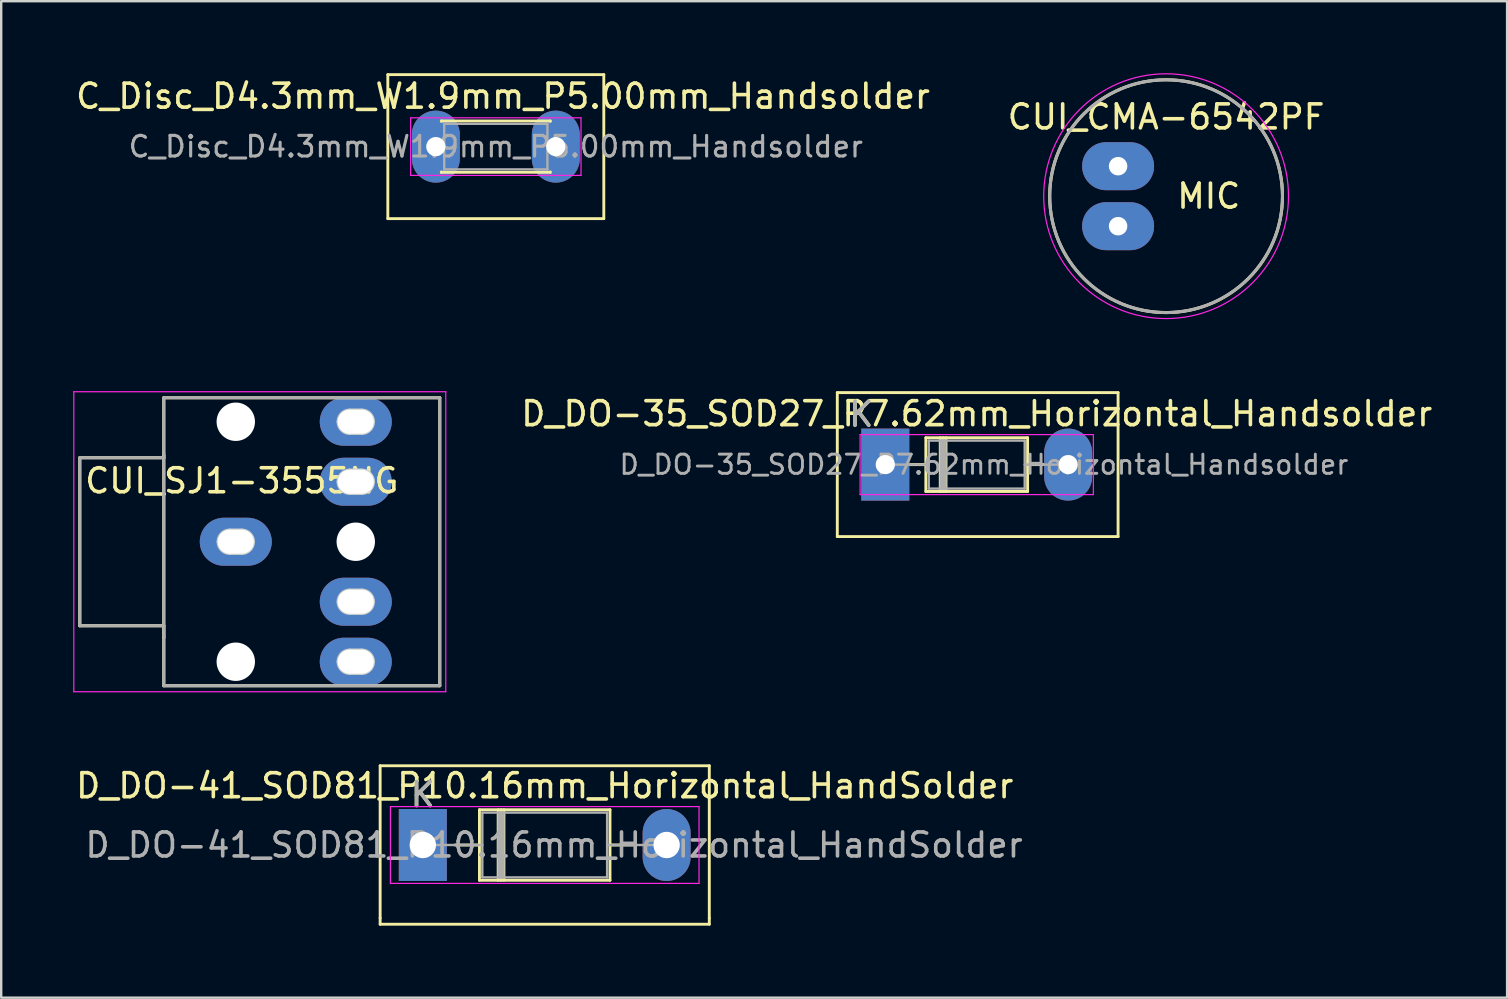
<source format=kicad_pcb>
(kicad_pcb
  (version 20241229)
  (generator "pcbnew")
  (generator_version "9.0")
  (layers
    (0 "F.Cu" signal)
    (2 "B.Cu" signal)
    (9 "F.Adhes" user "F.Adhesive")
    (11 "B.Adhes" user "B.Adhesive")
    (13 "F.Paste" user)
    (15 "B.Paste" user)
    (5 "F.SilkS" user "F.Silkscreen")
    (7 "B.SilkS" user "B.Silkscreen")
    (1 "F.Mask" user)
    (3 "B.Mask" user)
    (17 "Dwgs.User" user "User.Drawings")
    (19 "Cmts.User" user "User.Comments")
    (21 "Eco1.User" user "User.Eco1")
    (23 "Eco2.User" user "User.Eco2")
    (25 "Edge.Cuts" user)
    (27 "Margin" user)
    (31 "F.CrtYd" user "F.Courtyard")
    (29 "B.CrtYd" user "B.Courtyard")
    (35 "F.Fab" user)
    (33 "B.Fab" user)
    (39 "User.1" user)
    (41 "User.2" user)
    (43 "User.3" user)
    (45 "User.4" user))
  (footprint "CUI_SJ1-3555NG"
    (layer "F.Cu")
    (at 6.775 19.525)
    (property "Reference" "CUI_SJ1-3555NG" (at 0.254 -2.54 0) (layer "F.SilkS") (effects (font (size 1 1) (thickness 0.15))))
    (attr through_hole)
    (fp_line (start -6.5 -3.5) (end -3 -3.5) (stroke (width 0.127) (type solid)) (layer "F.SilkS"))
    (fp_line (start -6.5 3.5) (end -6.5 -3.5) (stroke (width 0.127) (type solid)) (layer "F.SilkS"))
    (fp_line (start -3 -6) (end 8.5 -6) (stroke (width 0.127) (type solid)) (layer "F.SilkS"))
    (fp_line (start -3 -3.6) (end -3 -6) (stroke (width 0.127) (type solid)) (layer "F.SilkS"))
    (fp_line (start -3 -3.6) (end -3 4) (stroke (width 0.127) (type solid)) (layer "F.SilkS"))
    (fp_line (start -3 -3.5) (end -3 -3.6) (stroke (width 0.127) (type solid)) (layer "F.SilkS"))
    (fp_line (start -3 3.5) (end -6.5 3.5) (stroke (width 0.127) (type solid)) (layer "F.SilkS"))
    (fp_line (start -3 4) (end -3 3.5) (stroke (width 0.127) (type solid)) (layer "F.SilkS"))
    (fp_line (start -3 6) (end -3 4) (stroke (width 0.127) (type solid)) (layer "F.SilkS"))
    (fp_line (start 8.5 -6) (end 8.5 6) (stroke (width 0.127) (type solid)) (layer "F.SilkS"))
    (fp_line (start 8.5 6) (end -3 6) (stroke (width 0.127) (type solid)) (layer "F.SilkS"))
    (fp_line (start -0.25 0.5) (end 0.25 0.5) (stroke (width 0.1) (type solid)) (layer "Edge.Cuts"))
    (fp_line (start 0.25 -0.5) (end -0.25 -0.5) (stroke (width 0.1) (type solid)) (layer "Edge.Cuts"))
    (fp_line (start 4.75 -4.5) (end 5.25 -4.5) (stroke (width 0.1) (type solid)) (layer "Edge.Cuts"))
    (fp_line (start 4.75 -2) (end 5.25 -2) (stroke (width 0.1) (type solid)) (layer "Edge.Cuts"))
    (fp_line (start 4.75 3) (end 5.25 3) (stroke (width 0.1) (type solid)) (layer "Edge.Cuts"))
    (fp_line (start 4.75 5.5) (end 5.25 5.5) (stroke (width 0.1) (type solid)) (layer "Edge.Cuts"))
    (fp_line (start 5.25 -5.5) (end 4.75 -5.5) (stroke (width 0.1) (type solid)) (layer "Edge.Cuts"))
    (fp_line (start 5.25 -3) (end 4.75 -3) (stroke (width 0.1) (type solid)) (layer "Edge.Cuts"))
    (fp_line (start 5.25 2) (end 4.75 2) (stroke (width 0.1) (type solid)) (layer "Edge.Cuts"))
    (fp_line (start 5.25 4.5) (end 4.75 4.5) (stroke (width 0.1) (type solid)) (layer "Edge.Cuts"))
    (fp_arc (start -0.75 0) (mid -0.603553 -0.353553) (end -0.25 -0.5) (stroke (width 0.1) (type solid)) (layer "Edge.Cuts"))
    (fp_arc (start -0.25 0.5) (mid -0.603553 0.353553) (end -0.75 0) (stroke (width 0.1) (type solid)) (layer "Edge.Cuts"))
    (fp_arc (start 0.25 -0.5) (mid 0.603553 -0.353553) (end 0.75 0) (stroke (width 0.1) (type solid)) (layer "Edge.Cuts"))
    (fp_arc (start 0.75 0) (mid 0.603553 0.353553) (end 0.25 0.5) (stroke (width 0.1) (type solid)) (layer "Edge.Cuts"))
    (fp_arc (start 4.25 -5) (mid 4.396447 -5.353553) (end 4.75 -5.5) (stroke (width 0.1) (type solid)) (layer "Edge.Cuts"))
    (fp_arc (start 4.25 -2.5) (mid 4.396447 -2.853553) (end 4.75 -3) (stroke (width 0.1) (type solid)) (layer "Edge.Cuts"))
    (fp_arc (start 4.25 2.5) (mid 4.396447 2.146447) (end 4.75 2) (stroke (width 0.1) (type solid)) (layer "Edge.Cuts"))
    (fp_arc (start 4.25 5) (mid 4.396447 4.646447) (end 4.75 4.5) (stroke (width 0.1) (type solid)) (layer "Edge.Cuts"))
    (fp_arc (start 4.75 -4.5) (mid 4.396447 -4.646447) (end 4.25 -5) (stroke (width 0.1) (type solid)) (layer "Edge.Cuts"))
    (fp_arc (start 4.75 -2) (mid 4.396447 -2.146447) (end 4.25 -2.5) (stroke (width 0.1) (type solid)) (layer "Edge.Cuts"))
    (fp_arc (start 4.75 3) (mid 4.396447 2.853553) (end 4.25 2.5) (stroke (width 0.1) (type solid)) (layer "Edge.Cuts"))
    (fp_arc (start 4.75 5.5) (mid 4.396447 5.353553) (end 4.25 5) (stroke (width 0.1) (type solid)) (layer "Edge.Cuts"))
    (fp_arc (start 5.25 -5.5) (mid 5.603553 -5.353553) (end 5.75 -5) (stroke (width 0.1) (type solid)) (layer "Edge.Cuts"))
    (fp_arc (start 5.25 -3) (mid 5.603553 -2.853553) (end 5.75 -2.5) (stroke (width 0.1) (type solid)) (layer "Edge.Cuts"))
    (fp_arc (start 5.25 2) (mid 5.603553 2.146447) (end 5.75 2.5) (stroke (width 0.1) (type solid)) (layer "Edge.Cuts"))
    (fp_arc (start 5.25 4.5) (mid 5.603553 4.646447) (end 5.75 5) (stroke (width 0.1) (type solid)) (layer "Edge.Cuts"))
    (fp_arc (start 5.75 -5) (mid 5.603553 -4.646447) (end 5.25 -4.5) (stroke (width 0.1) (type solid)) (layer "Edge.Cuts"))
    (fp_arc (start 5.75 -2.5) (mid 5.603553 -2.146447) (end 5.25 -2) (stroke (width 0.1) (type solid)) (layer "Edge.Cuts"))
    (fp_arc (start 5.75 2.5) (mid 5.603553 2.853553) (end 5.25 3) (stroke (width 0.1) (type solid)) (layer "Edge.Cuts"))
    (fp_arc (start 5.75 5) (mid 5.603553 5.353553) (end 5.25 5.5) (stroke (width 0.1) (type solid)) (layer "Edge.Cuts"))
    (fp_line (start -6.75 -6.25) (end 8.75 -6.25) (stroke (width 0.05) (type solid)) (layer "F.CrtYd"))
    (fp_line (start -6.75 6.25) (end -6.75 -6.25) (stroke (width 0.05) (type solid)) (layer "F.CrtYd"))
    (fp_line (start 8.75 -6.25) (end 8.75 6.25) (stroke (width 0.05) (type solid)) (layer "F.CrtYd"))
    (fp_line (start 8.75 6.25) (end -6.75 6.25) (stroke (width 0.05) (type solid)) (layer "F.CrtYd"))
    (fp_line (start -6.5 -3.5) (end -3 -3.5) (stroke (width 0.127) (type solid)) (layer "F.Fab"))
    (fp_line (start -6.5 3.5) (end -6.5 -3.5) (stroke (width 0.127) (type solid)) (layer "F.Fab"))
    (fp_line (start -3 -6) (end 8.5 -6) (stroke (width 0.127) (type solid)) (layer "F.Fab"))
    (fp_line (start -3 -3.7) (end -3 -6) (stroke (width 0.127) (type solid)) (layer "F.Fab"))
    (fp_line (start -3 -3.5) (end -3 -3.7) (stroke (width 0.127) (type solid)) (layer "F.Fab"))
    (fp_line (start -3 -3.5) (end -3 3.5) (stroke (width 0.127) (type solid)) (layer "F.Fab"))
    (fp_line (start -3 3.5) (end -6.5 3.5) (stroke (width 0.127) (type solid)) (layer "F.Fab"))
    (fp_line (start -3 3.9) (end -3 3.5) (stroke (width 0.127) (type solid)) (layer "F.Fab"))
    (fp_line (start -3 6) (end -3 3.9) (stroke (width 0.127) (type solid)) (layer "F.Fab"))
    (fp_line (start 8.5 -6) (end 8.5 6) (stroke (width 0.127) (type solid)) (layer "F.Fab"))
    (fp_line (start 8.5 6) (end -3 6) (stroke (width 0.127) (type solid)) (layer "F.Fab"))
    (pad "" np_thru_hole circle (at 0 -5) (size 1.6 1.6) (drill 1.6) (layers "*.Cu" "*.Mask"))
    (pad "" np_thru_hole circle (at 0 5) (size 1.6 1.6) (drill 1.6) (layers "*.Cu" "*.Mask"))
    (pad "" np_thru_hole circle (at 5 0) (size 1.6 1.6) (drill 1.6) (layers "*.Cu" "*.Mask"))
    (pad "1" thru_hole oval (at 0 0) (size 3 2) (drill oval 1.5 1) (layers "*.Cu" "*.Mask"))
    (pad "2" thru_hole oval (at 5 5) (size 3 2) (drill oval 1.5 1) (layers "*.Cu" "*.Mask"))
    (pad "3" thru_hole oval (at 5 -5) (size 3 2) (drill oval 1.5 1) (layers "*.Cu" "*.Mask"))
    (pad "4" thru_hole oval (at 5 2.5) (size 3 2) (drill oval 1.5 1) (layers "*.Cu" "*.Mask"))
    (pad "5" thru_hole oval (at 5 -2.5) (size 3 2) (drill oval 1.5 1) (layers "*.Cu" "*.Mask")))
  (footprint "C_Disc_D4.3mm_W1.9mm_P5.00mm_Handsolder"
    (layer "F.Cu")
    (at 15.111 3.06)
    (property "Reference" "C_Disc_D4.3mm_W1.9mm_P5.00mm_Handsolder" (at 2.8 -2.1 0) (layer "F.SilkS") (effects (font (size 1 1) (thickness 0.15))))
    (attr through_hole)
    (fp_line (start -2 -3) (end 7 -3) (stroke (width 0.12) (type solid)) (layer "F.SilkS"))
    (fp_line (start -2 3) (end -2 -3) (stroke (width 0.12) (type solid)) (layer "F.SilkS"))
    (fp_line (start 0.23 -1.07) (end 0.23 -1.055) (stroke (width 0.12) (type solid)) (layer "F.SilkS"))
    (fp_line (start 0.23 -1.07) (end 4.77 -1.07) (stroke (width 0.12) (type solid)) (layer "F.SilkS"))
    (fp_line (start 0.23 1.055) (end 0.23 1.07) (stroke (width 0.12) (type solid)) (layer "F.SilkS"))
    (fp_line (start 0.23 1.07) (end 4.77 1.07) (stroke (width 0.12) (type solid)) (layer "F.SilkS"))
    (fp_line (start 4.77 -1.07) (end 4.77 -1.055) (stroke (width 0.12) (type solid)) (layer "F.SilkS"))
    (fp_line (start 4.77 1.055) (end 4.77 1.07) (stroke (width 0.12) (type solid)) (layer "F.SilkS"))
    (fp_line (start 7 -3) (end 7 3) (stroke (width 0.12) (type solid)) (layer "F.SilkS"))
    (fp_line (start 7 3) (end -2 3) (stroke (width 0.12) (type solid)) (layer "F.SilkS"))
    (fp_line (start -1.05 -1.2) (end -1.05 1.2) (stroke (width 0.05) (type solid)) (layer "F.CrtYd"))
    (fp_line (start -1.05 1.2) (end 6.05 1.2) (stroke (width 0.05) (type solid)) (layer "F.CrtYd"))
    (fp_line (start 6.05 -1.2) (end -1.05 -1.2) (stroke (width 0.05) (type solid)) (layer "F.CrtYd"))
    (fp_line (start 6.05 1.2) (end 6.05 -1.2) (stroke (width 0.05) (type solid)) (layer "F.CrtYd"))
    (fp_line (start 0.35 -0.95) (end 0.35 0.95) (stroke (width 0.1) (type solid)) (layer "F.Fab"))
    (fp_line (start 0.35 0.95) (end 4.65 0.95) (stroke (width 0.1) (type solid)) (layer "F.Fab"))
    (fp_line (start 4.65 -0.95) (end 0.35 -0.95) (stroke (width 0.1) (type solid)) (layer "F.Fab"))
    (fp_line (start 4.65 0.95) (end 4.65 -0.95) (stroke (width 0.1) (type solid)) (layer "F.Fab"))
    (fp_text user "${REFERENCE}" (at 2.5 0 0) (layer "F.Fab") (effects (font (size 0.86 0.86) (thickness 0.129))))
    (pad "1" thru_hole oval (at 0 0) (size 2 3) (drill 0.8) (layers "*.Cu" "*.Mask"))
    (pad "2" thru_hole oval (at 5 0) (size 2 3) (drill 0.8) (layers "*.Cu" "*.Mask")))
  (footprint "D_DO-35_SOD27_P7.62mm_Horizontal_Handsolder"
    (layer "F.Cu")
    (at 33.841 16.31)
    (property "Reference" "D_DO-35_SOD27_P7.62mm_Horizontal_Handsolder" (at 3.81 -2.12 0) (layer "F.SilkS") (effects (font (size 1 1) (thickness 0.15))))
    (attr through_hole)
    (fp_line (start -2 -3) (end 9.7 -3) (stroke (width 0.12) (type solid)) (layer "F.SilkS"))
    (fp_line (start -2 3) (end -2 -3) (stroke (width 0.12) (type solid)) (layer "F.SilkS"))
    (fp_line (start 1.04 0) (end 1.69 0) (stroke (width 0.12) (type solid)) (layer "F.SilkS"))
    (fp_line (start 1.69 -1.12) (end 1.69 1.12) (stroke (width 0.12) (type solid)) (layer "F.SilkS"))
    (fp_line (start 1.69 1.12) (end 5.93 1.12) (stroke (width 0.12) (type solid)) (layer "F.SilkS"))
    (fp_line (start 2.29 -1.12) (end 2.29 1.12) (stroke (width 0.12) (type solid)) (layer "F.SilkS"))
    (fp_line (start 2.41 -1.12) (end 2.41 1.12) (stroke (width 0.12) (type solid)) (layer "F.SilkS"))
    (fp_line (start 2.53 -1.12) (end 2.53 1.12) (stroke (width 0.12) (type solid)) (layer "F.SilkS"))
    (fp_line (start 5.93 -1.12) (end 1.69 -1.12) (stroke (width 0.12) (type solid)) (layer "F.SilkS"))
    (fp_line (start 5.93 1.12) (end 5.93 -1.12) (stroke (width 0.12) (type solid)) (layer "F.SilkS"))
    (fp_line (start 6.58 0) (end 5.93 0) (stroke (width 0.12) (type solid)) (layer "F.SilkS"))
    (fp_line (start 9.7 -3) (end 9.7 3) (stroke (width 0.12) (type solid)) (layer "F.SilkS"))
    (fp_line (start 9.7 3) (end -2 3) (stroke (width 0.12) (type solid)) (layer "F.SilkS"))
    (fp_line (start -1.05 -1.25) (end -1.05 1.25) (stroke (width 0.05) (type solid)) (layer "F.CrtYd"))
    (fp_line (start -1.05 1.25) (end 8.67 1.25) (stroke (width 0.05) (type solid)) (layer "F.CrtYd"))
    (fp_line (start 8.67 -1.25) (end -1.05 -1.25) (stroke (width 0.05) (type solid)) (layer "F.CrtYd"))
    (fp_line (start 8.67 1.25) (end 8.67 -1.25) (stroke (width 0.05) (type solid)) (layer "F.CrtYd"))
    (fp_line (start 0 0) (end 1.81 0) (stroke (width 0.1) (type solid)) (layer "F.Fab"))
    (fp_line (start 1.81 -1) (end 1.81 1) (stroke (width 0.1) (type solid)) (layer "F.Fab"))
    (fp_line (start 1.81 1) (end 5.81 1) (stroke (width 0.1) (type solid)) (layer "F.Fab"))
    (fp_line (start 2.31 -1) (end 2.31 1) (stroke (width 0.1) (type solid)) (layer "F.Fab"))
    (fp_line (start 2.41 -1) (end 2.41 1) (stroke (width 0.1) (type solid)) (layer "F.Fab"))
    (fp_line (start 2.51 -1) (end 2.51 1) (stroke (width 0.1) (type solid)) (layer "F.Fab"))
    (fp_line (start 5.81 -1) (end 1.81 -1) (stroke (width 0.1) (type solid)) (layer "F.Fab"))
    (fp_line (start 5.81 1) (end 5.81 -1) (stroke (width 0.1) (type solid)) (layer "F.Fab"))
    (fp_line (start 7.62 0) (end 5.81 0) (stroke (width 0.1) (type solid)) (layer "F.Fab"))
    (fp_text user "K" (at -1 -2.1 0) (layer "F.SilkS") (effects (font (size 1 1) (thickness 0.15))))
    (fp_text user "${REFERENCE}" (at 4.11 0 0) (layer "F.Fab") (effects (font (size 0.8 0.8) (thickness 0.12))))
    (fp_text user "K" (at -1 -2.1 0) (layer "F.Fab") (effects (font (size 1 1) (thickness 0.15))))
    (pad "1" thru_hole rect (at 0 0) (size 2 3) (drill 0.8) (layers "*.Cu" "*.Mask"))
    (pad "2" thru_hole oval (at 7.62 0) (size 2 3) (drill 0.8) (layers "*.Cu" "*.Mask")))
  (footprint "D_DO-41_SOD81_P10.16mm_Horizontal_HandSolder"
    (layer "F.Cu")
    (at 14.569 32.162)
    (property "Reference" "D_DO-41_SOD81_P10.16mm_Horizontal_HandSolder" (at 5.08 -2.47 0) (layer "F.SilkS") (effects (font (size 1 1) (thickness 0.15))))
    (attr through_hole)
    (fp_line (start -1.778 -3.302) (end 11.938 -3.302) (stroke (width 0.12) (type solid)) (layer "F.SilkS"))
    (fp_line (start -1.778 3.048) (end -1.778 -3.302) (stroke (width 0.12) (type solid)) (layer "F.SilkS"))
    (fp_line (start -1.778 3.048) (end -1.778 3.302) (stroke (width 0.12) (type solid)) (layer "F.SilkS"))
    (fp_line (start -1.778 3.302) (end 11.938 3.302) (stroke (width 0.12) (type solid)) (layer "F.SilkS"))
    (fp_line (start 1.34 0) (end 2.36 0) (stroke (width 0.12) (type solid)) (layer "F.SilkS"))
    (fp_line (start 2.36 -1.47) (end 2.36 1.47) (stroke (width 0.12) (type solid)) (layer "F.SilkS"))
    (fp_line (start 2.36 1.47) (end 7.8 1.47) (stroke (width 0.12) (type solid)) (layer "F.SilkS"))
    (fp_line (start 3.14 -1.47) (end 3.14 1.47) (stroke (width 0.12) (type solid)) (layer "F.SilkS"))
    (fp_line (start 3.26 -1.47) (end 3.26 1.47) (stroke (width 0.12) (type solid)) (layer "F.SilkS"))
    (fp_line (start 3.38 -1.47) (end 3.38 1.47) (stroke (width 0.12) (type solid)) (layer "F.SilkS"))
    (fp_line (start 7.8 -1.47) (end 2.36 -1.47) (stroke (width 0.12) (type solid)) (layer "F.SilkS"))
    (fp_line (start 7.8 1.47) (end 7.8 -1.47) (stroke (width 0.12) (type solid)) (layer "F.SilkS"))
    (fp_line (start 8.82 0) (end 7.8 0) (stroke (width 0.12) (type solid)) (layer "F.SilkS"))
    (fp_line (start 11.938 -3.302) (end 11.938 3.048) (stroke (width 0.12) (type solid)) (layer "F.SilkS"))
    (fp_line (start 11.938 3.302) (end 11.938 3.048) (stroke (width 0.12) (type solid)) (layer "F.SilkS"))
    (fp_line (start -1.35 -1.6) (end -1.35 1.6) (stroke (width 0.05) (type solid)) (layer "F.CrtYd"))
    (fp_line (start -1.35 1.6) (end 11.51 1.6) (stroke (width 0.05) (type solid)) (layer "F.CrtYd"))
    (fp_line (start 11.51 -1.6) (end -1.35 -1.6) (stroke (width 0.05) (type solid)) (layer "F.CrtYd"))
    (fp_line (start 11.51 1.6) (end 11.51 -1.6) (stroke (width 0.05) (type solid)) (layer "F.CrtYd"))
    (fp_line (start 0 0) (end 2.48 0) (stroke (width 0.1) (type solid)) (layer "F.Fab"))
    (fp_line (start 2.48 -1.35) (end 2.48 1.35) (stroke (width 0.1) (type solid)) (layer "F.Fab"))
    (fp_line (start 2.48 1.35) (end 7.68 1.35) (stroke (width 0.1) (type solid)) (layer "F.Fab"))
    (fp_line (start 3.16 -1.35) (end 3.16 1.35) (stroke (width 0.1) (type solid)) (layer "F.Fab"))
    (fp_line (start 3.26 -1.35) (end 3.26 1.35) (stroke (width 0.1) (type solid)) (layer "F.Fab"))
    (fp_line (start 3.36 -1.35) (end 3.36 1.35) (stroke (width 0.1) (type solid)) (layer "F.Fab"))
    (fp_line (start 7.68 -1.35) (end 2.48 -1.35) (stroke (width 0.1) (type solid)) (layer "F.Fab"))
    (fp_line (start 7.68 1.35) (end 7.68 -1.35) (stroke (width 0.1) (type solid)) (layer "F.Fab"))
    (fp_line (start 10.16 0) (end 7.68 0) (stroke (width 0.1) (type solid)) (layer "F.Fab"))
    (fp_text user "K" (at 0 -2.1 0) (layer "F.SilkS") (effects (font (size 1 1) (thickness 0.15))))
    (fp_text user "K" (at 0 -2.1 0) (layer "F.Fab") (effects (font (size 1 1) (thickness 0.15))))
    (fp_text user "${REFERENCE}" (at 5.47 0 0) (layer "F.Fab") (effects (font (size 1 1) (thickness 0.15))))
    (pad "1" thru_hole rect (at 0 0) (size 2 3) (drill 1.1) (layers "*.Cu" "*.Mask"))
    (pad "2" thru_hole oval (at 10.16 0) (size 2 3) (drill 1.1) (layers "*.Cu" "*.Mask")))
  (footprint "CUI_CMA-6542PF"
    (layer "F.Cu")
    (at 45.542 5.125)
    (property "Reference" "CUI_CMA-6542PF" (at 0 -3.302 0) (layer "F.SilkS") (effects (font (size 1 1) (thickness 0.15))))
    (attr through_hole)
    (fp_circle (center 0 0) (end 4.85 0) (stroke (width 0.127) (type solid)) (fill no) (layer "F.SilkS"))
    (fp_circle (center 0 0) (end 5.1 0) (stroke (width 0.05) (type solid)) (fill no) (layer "F.CrtYd"))
    (fp_circle (center 0 0) (end 4.85 0) (stroke (width 0.127) (type solid)) (fill no) (layer "F.Fab"))
    (fp_text user "MIC" (at 1.778 0 0) (layer "F.SilkS") (effects (font (size 1 1) (thickness 0.15))))
    (pad "1" thru_hole oval (at -2 1.25) (size 3 2) (drill 0.77) (layers "*.Cu" "*.Mask"))
    (pad "2" thru_hole oval (at -2 -1.25) (size 3 2) (drill 0.77) (layers "*.Cu" "*.Mask")))
  (gr_rect
    (start -3 -3)
    (end 59.752 38.524)
    (stroke (width 0.1) (type default))
    (fill no)
    (layer "Edge.Cuts")))
</source>
